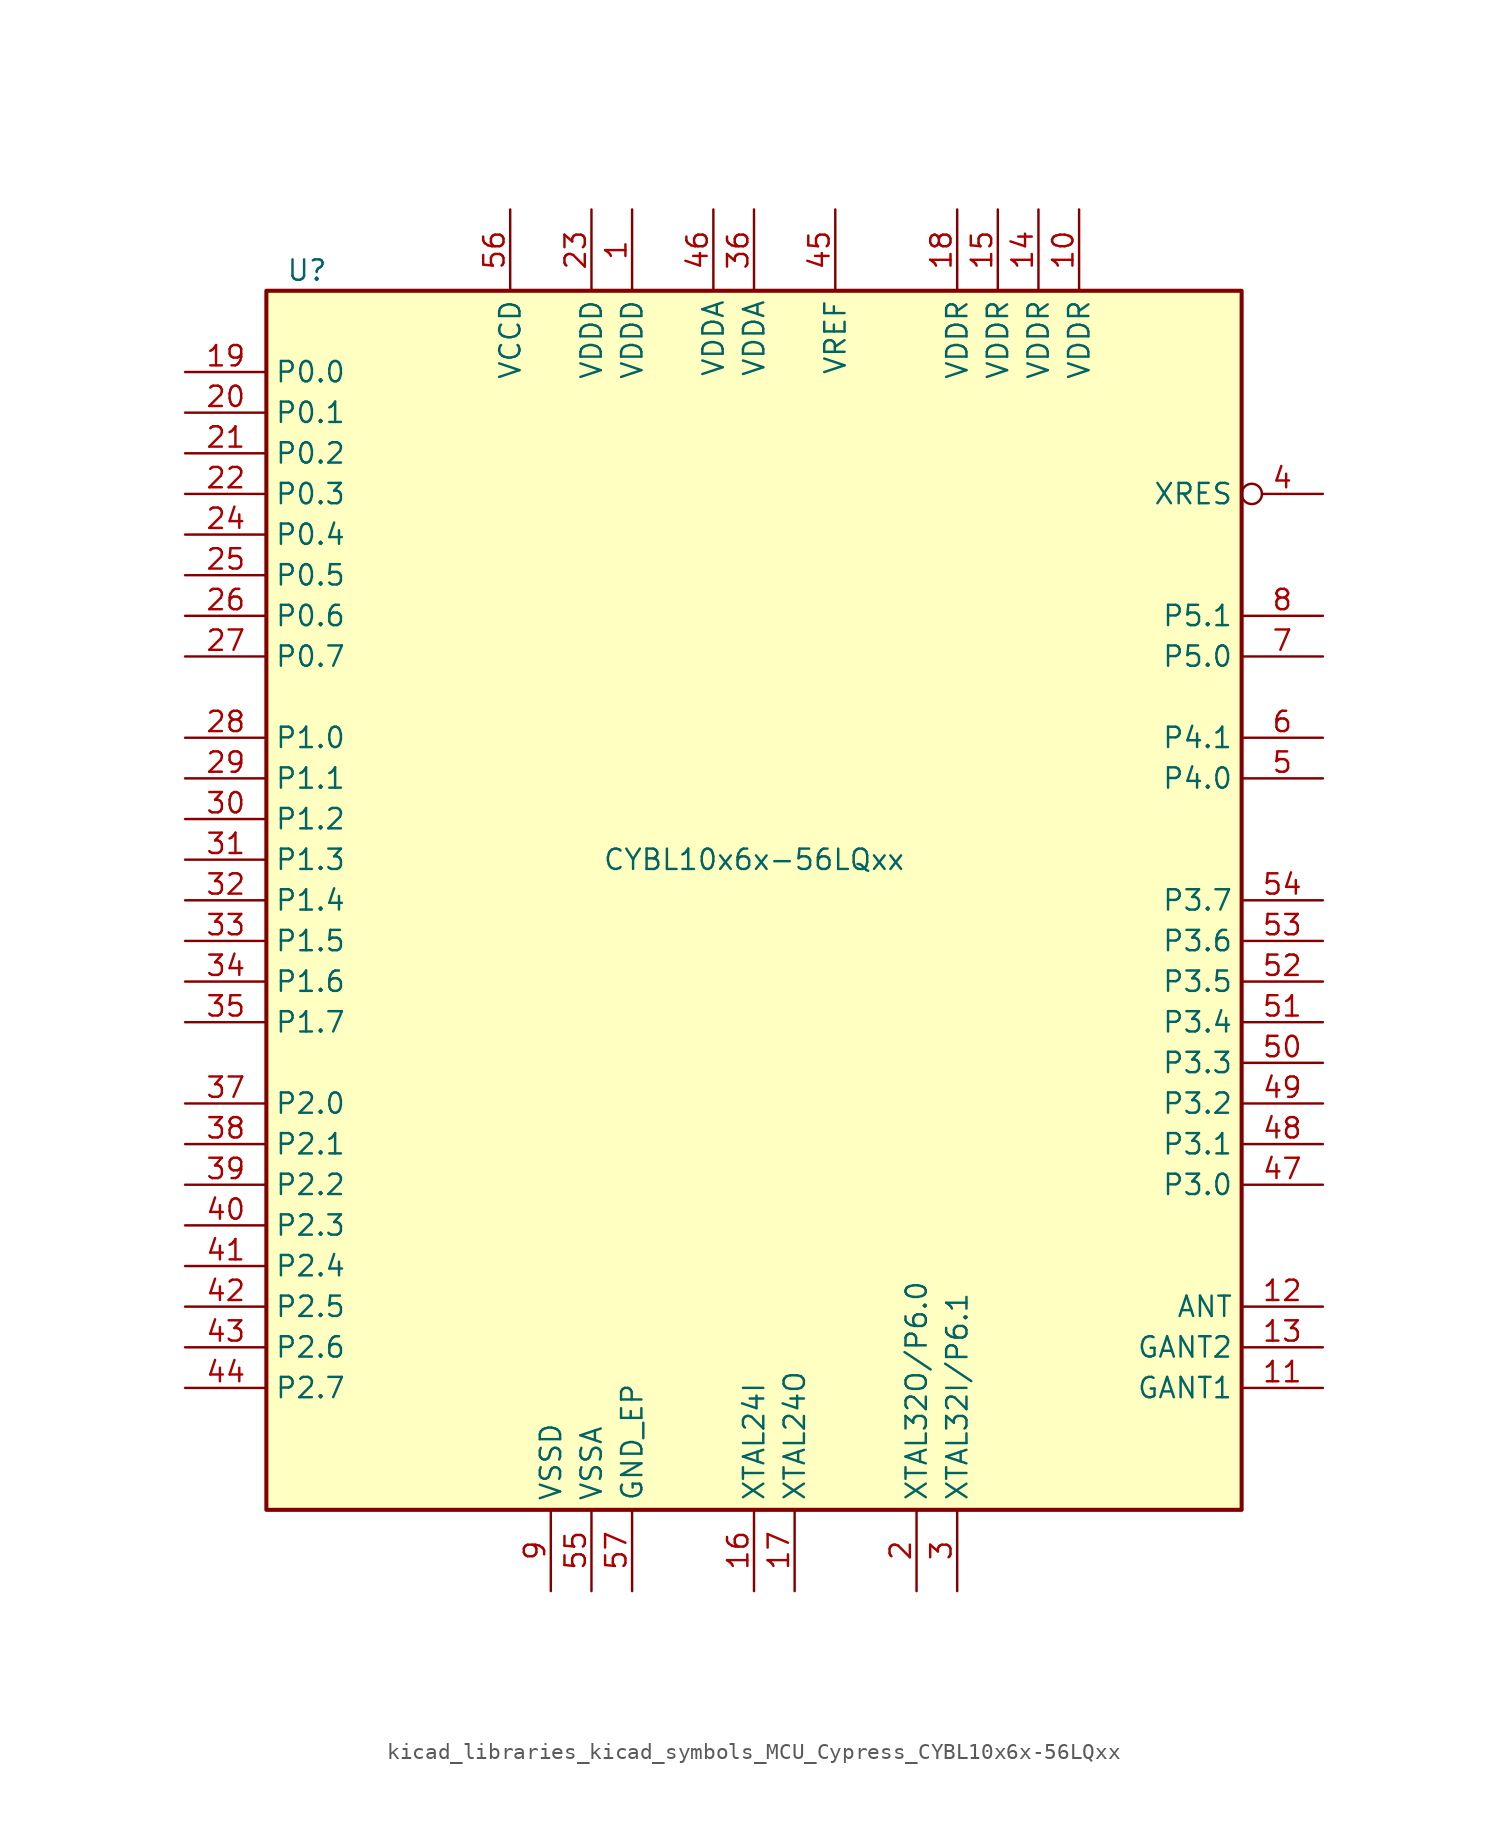
<source format=kicad_sym>
(kicad_symbol_lib
  (version 20220914)
  (generator kicad_symbol_editor)
  (symbol "kicad_libraries_kicad_symbols_MCU_Cypress_CYBL10x6x-56LQxx"
    (property "Reference" "U"
      (at -27.94 39.37 0)
      (effects (font (size 1.27 1.27))))
    (property "Value" "CYBL10x6x-56LQxx"
      (at 0 2.54 0)
      (effects (font (size 1.27 1.27))))
    (symbol "kicad_libraries_kicad_symbols_MCU_Cypress_CYBL10x6x-56LQxx_1_0"
      (rectangle (start -30.48 -38.1) (end 30.48 38.1) (stroke (width 0.254) (type default)) (fill (type background))))
    (symbol "kicad_libraries_kicad_symbols_MCU_Cypress_CYBL10x6x-56LQxx_1_1"
      (pin power_in line (at -7.62 43.18 270) (length 5.08) (name "VDDD" (effects (font (size 1.27 1.27)))) (number "1" (effects (font (size 1.27 1.27)))))
      (pin power_in line (at 20.32 43.18 270) (length 5.08) (name "VDDR" (effects (font (size 1.27 1.27)))) (number "10" (effects (font (size 1.27 1.27)))))
      (pin power_in line (at 35.56 -30.48 180) (length 5.08) (name "GANT1" (effects (font (size 1.27 1.27)))) (number "11" (effects (font (size 1.27 1.27)))))
      (pin output line (at 35.56 -25.4 180) (length 5.08) (name "ANT" (effects (font (size 1.27 1.27)))) (number "12" (effects (font (size 1.27 1.27)))))
      (pin power_in line (at 35.56 -27.94 180) (length 5.08) (name "GANT2" (effects (font (size 1.27 1.27)))) (number "13" (effects (font (size 1.27 1.27)))))
      (pin power_in line (at 17.78 43.18 270) (length 5.08) (name "VDDR" (effects (font (size 1.27 1.27)))) (number "14" (effects (font (size 1.27 1.27)))))
      (pin power_in line (at 15.24 43.18 270) (length 5.08) (name "VDDR" (effects (font (size 1.27 1.27)))) (number "15" (effects (font (size 1.27 1.27)))))
      (pin input line (at 0 -43.18 90) (length 5.08) (name "XTAL24I" (effects (font (size 1.27 1.27)))) (number "16" (effects (font (size 1.27 1.27)))))
      (pin output line (at 2.54 -43.18 90) (length 5.08) (name "XTAL24O" (effects (font (size 1.27 1.27)))) (number "17" (effects (font (size 1.27 1.27)))))
      (pin power_in line (at 12.7 43.18 270) (length 5.08) (name "VDDR" (effects (font (size 1.27 1.27)))) (number "18" (effects (font (size 1.27 1.27)))))
      (pin bidirectional line (at -35.56 33.02 0) (length 5.08) (name "P0.0" (effects (font (size 1.27 1.27)))) (number "19" (effects (font (size 1.27 1.27)))))
      (pin bidirectional line (at 10.16 -43.18 90) (length 5.08) (name "XTAL32O/P6.0" (effects (font (size 1.27 1.27)))) (number "2" (effects (font (size 1.27 1.27)))))
      (pin bidirectional line (at -35.56 30.48 0) (length 5.08) (name "P0.1" (effects (font (size 1.27 1.27)))) (number "20" (effects (font (size 1.27 1.27)))))
      (pin bidirectional line (at -35.56 27.94 0) (length 5.08) (name "P0.2" (effects (font (size 1.27 1.27)))) (number "21" (effects (font (size 1.27 1.27)))))
      (pin bidirectional line (at -35.56 25.4 0) (length 5.08) (name "P0.3" (effects (font (size 1.27 1.27)))) (number "22" (effects (font (size 1.27 1.27)))))
      (pin power_in line (at -10.16 43.18 270) (length 5.08) (name "VDDD" (effects (font (size 1.27 1.27)))) (number "23" (effects (font (size 1.27 1.27)))))
      (pin bidirectional line (at -35.56 22.86 0) (length 5.08) (name "P0.4" (effects (font (size 1.27 1.27)))) (number "24" (effects (font (size 1.27 1.27)))))
      (pin bidirectional line (at -35.56 20.32 0) (length 5.08) (name "P0.5" (effects (font (size 1.27 1.27)))) (number "25" (effects (font (size 1.27 1.27)))))
      (pin bidirectional line (at -35.56 17.78 0) (length 5.08) (name "P0.6" (effects (font (size 1.27 1.27)))) (number "26" (effects (font (size 1.27 1.27)))))
      (pin bidirectional line (at -35.56 15.24 0) (length 5.08) (name "P0.7" (effects (font (size 1.27 1.27)))) (number "27" (effects (font (size 1.27 1.27)))))
      (pin bidirectional line (at -35.56 10.16 0) (length 5.08) (name "P1.0" (effects (font (size 1.27 1.27)))) (number "28" (effects (font (size 1.27 1.27)))))
      (pin bidirectional line (at -35.56 7.62 0) (length 5.08) (name "P1.1" (effects (font (size 1.27 1.27)))) (number "29" (effects (font (size 1.27 1.27)))))
      (pin bidirectional line (at 12.7 -43.18 90) (length 5.08) (name "XTAL32I/P6.1" (effects (font (size 1.27 1.27)))) (number "3" (effects (font (size 1.27 1.27)))))
      (pin bidirectional line (at -35.56 5.08 0) (length 5.08) (name "P1.2" (effects (font (size 1.27 1.27)))) (number "30" (effects (font (size 1.27 1.27)))))
      (pin bidirectional line (at -35.56 2.54 0) (length 5.08) (name "P1.3" (effects (font (size 1.27 1.27)))) (number "31" (effects (font (size 1.27 1.27)))))
      (pin bidirectional line (at -35.56 0 0) (length 5.08) (name "P1.4" (effects (font (size 1.27 1.27)))) (number "32" (effects (font (size 1.27 1.27)))))
      (pin bidirectional line (at -35.56 -2.54 0) (length 5.08) (name "P1.5" (effects (font (size 1.27 1.27)))) (number "33" (effects (font (size 1.27 1.27)))))
      (pin bidirectional line (at -35.56 -5.08 0) (length 5.08) (name "P1.6" (effects (font (size 1.27 1.27)))) (number "34" (effects (font (size 1.27 1.27)))))
      (pin bidirectional line (at -35.56 -7.62 0) (length 5.08) (name "P1.7" (effects (font (size 1.27 1.27)))) (number "35" (effects (font (size 1.27 1.27)))))
      (pin power_in line (at 0 43.18 270) (length 5.08) (name "VDDA" (effects (font (size 1.27 1.27)))) (number "36" (effects (font (size 1.27 1.27)))))
      (pin bidirectional line (at -35.56 -12.7 0) (length 5.08) (name "P2.0" (effects (font (size 1.27 1.27)))) (number "37" (effects (font (size 1.27 1.27)))))
      (pin bidirectional line (at -35.56 -15.24 0) (length 5.08) (name "P2.1" (effects (font (size 1.27 1.27)))) (number "38" (effects (font (size 1.27 1.27)))))
      (pin bidirectional line (at -35.56 -17.78 0) (length 5.08) (name "P2.2" (effects (font (size 1.27 1.27)))) (number "39" (effects (font (size 1.27 1.27)))))
      (pin input inverted (at 35.56 25.4 180) (length 5.08) (name "XRES" (effects (font (size 1.27 1.27)))) (number "4" (effects (font (size 1.27 1.27)))))
      (pin bidirectional line (at -35.56 -20.32 0) (length 5.08) (name "P2.3" (effects (font (size 1.27 1.27)))) (number "40" (effects (font (size 1.27 1.27)))))
      (pin bidirectional line (at -35.56 -22.86 0) (length 5.08) (name "P2.4" (effects (font (size 1.27 1.27)))) (number "41" (effects (font (size 1.27 1.27)))))
      (pin bidirectional line (at -35.56 -25.4 0) (length 5.08) (name "P2.5" (effects (font (size 1.27 1.27)))) (number "42" (effects (font (size 1.27 1.27)))))
      (pin bidirectional line (at -35.56 -27.94 0) (length 5.08) (name "P2.6" (effects (font (size 1.27 1.27)))) (number "43" (effects (font (size 1.27 1.27)))))
      (pin bidirectional line (at -35.56 -30.48 0) (length 5.08) (name "P2.7" (effects (font (size 1.27 1.27)))) (number "44" (effects (font (size 1.27 1.27)))))
      (pin passive line (at 5.08 43.18 270) (length 5.08) (name "VREF" (effects (font (size 1.27 1.27)))) (number "45" (effects (font (size 1.27 1.27)))))
      (pin power_in line (at -2.54 43.18 270) (length 5.08) (name "VDDA" (effects (font (size 1.27 1.27)))) (number "46" (effects (font (size 1.27 1.27)))))
      (pin bidirectional line (at 35.56 -17.78 180) (length 5.08) (name "P3.0" (effects (font (size 1.27 1.27)))) (number "47" (effects (font (size 1.27 1.27)))))
      (pin bidirectional line (at 35.56 -15.24 180) (length 5.08) (name "P3.1" (effects (font (size 1.27 1.27)))) (number "48" (effects (font (size 1.27 1.27)))))
      (pin bidirectional line (at 35.56 -12.7 180) (length 5.08) (name "P3.2" (effects (font (size 1.27 1.27)))) (number "49" (effects (font (size 1.27 1.27)))))
      (pin bidirectional line (at 35.56 7.62 180) (length 5.08) (name "P4.0" (effects (font (size 1.27 1.27)))) (number "5" (effects (font (size 1.27 1.27)))))
      (pin bidirectional line (at 35.56 -10.16 180) (length 5.08) (name "P3.3" (effects (font (size 1.27 1.27)))) (number "50" (effects (font (size 1.27 1.27)))))
      (pin bidirectional line (at 35.56 -7.62 180) (length 5.08) (name "P3.4" (effects (font (size 1.27 1.27)))) (number "51" (effects (font (size 1.27 1.27)))))
      (pin bidirectional line (at 35.56 -5.08 180) (length 5.08) (name "P3.5" (effects (font (size 1.27 1.27)))) (number "52" (effects (font (size 1.27 1.27)))))
      (pin bidirectional line (at 35.56 -2.54 180) (length 5.08) (name "P3.6" (effects (font (size 1.27 1.27)))) (number "53" (effects (font (size 1.27 1.27)))))
      (pin bidirectional line (at 35.56 0 180) (length 5.08) (name "P3.7" (effects (font (size 1.27 1.27)))) (number "54" (effects (font (size 1.27 1.27)))))
      (pin power_in line (at -10.16 -43.18 90) (length 5.08) (name "VSSA" (effects (font (size 1.27 1.27)))) (number "55" (effects (font (size 1.27 1.27)))))
      (pin power_out line (at -15.24 43.18 270) (length 5.08) (name "VCCD" (effects (font (size 1.27 1.27)))) (number "56" (effects (font (size 1.27 1.27)))))
      (pin power_in line (at -7.62 -43.18 90) (length 5.08) (name "GND_EP" (effects (font (size 1.27 1.27)))) (number "57" (effects (font (size 1.27 1.27)))))
      (pin bidirectional line (at 35.56 10.16 180) (length 5.08) (name "P4.1" (effects (font (size 1.27 1.27)))) (number "6" (effects (font (size 1.27 1.27)))))
      (pin bidirectional line (at 35.56 15.24 180) (length 5.08) (name "P5.0" (effects (font (size 1.27 1.27)))) (number "7" (effects (font (size 1.27 1.27)))))
      (pin bidirectional line (at 35.56 17.78 180) (length 5.08) (name "P5.1" (effects (font (size 1.27 1.27)))) (number "8" (effects (font (size 1.27 1.27)))))
      (pin power_in line (at -12.7 -43.18 90) (length 5.08) (name "VSSD" (effects (font (size 1.27 1.27)))) (number "9" (effects (font (size 1.27 1.27))))))))
</source>
